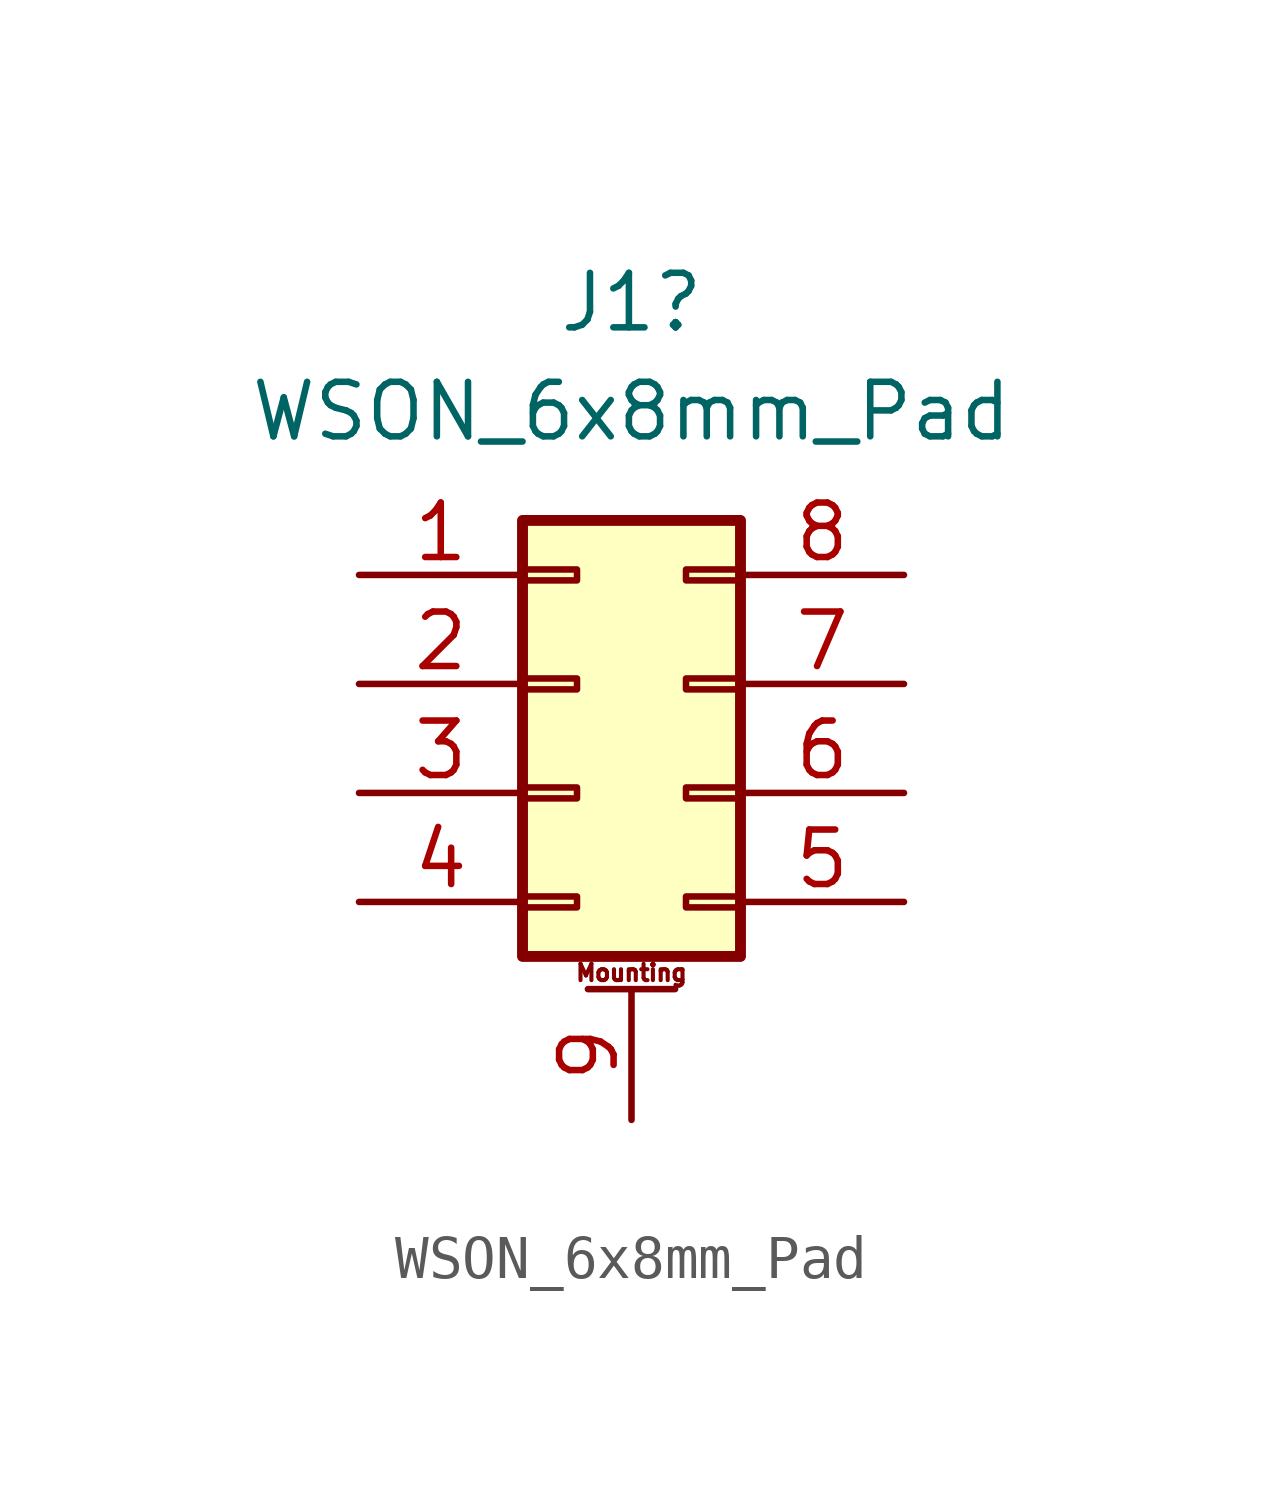
<source format=kicad_sym>
(kicad_symbol_lib
  (version 20211014)
  (generator kicad_symbol_editor)
  (symbol "WSON_6x8mm_Pad"
    (pin_names
      (offset 1.016) hide)
    (property "Reference" "J1"
      (at 1.27 8.89 0)
      (effects (font (size 1.27 1.27))))
    (property "Value" "WSON_6x8mm_Pad"
      (at 1.27 6.35 0)
      (effects (font (size 1.27 1.27))))
    (symbol "WSON_6x8mm_Pad_1_1"
      (rectangle (start -1.27 -4.953) (end 0 -5.207) (stroke (width 0.152) (type default) (color 0 0 0 0)) (fill (type none)))
      (rectangle (start -1.27 -2.413) (end 0 -2.667) (stroke (width 0.152) (type default) (color 0 0 0 0)) (fill (type none)))
      (rectangle (start -1.27 0.127) (end 0 -0.127) (stroke (width 0.152) (type default) (color 0 0 0 0)) (fill (type none)))
      (rectangle (start -1.27 2.667) (end 0 2.413) (stroke (width 0.152) (type default) (color 0 0 0 0)) (fill (type none)))
      (rectangle (start -1.27 3.81) (end 3.81 -6.35) (stroke (width 0.254) (type default) (color 0 0 0 0)) (fill (type background)))
      (polyline (pts (xy 0.254 -7.112) (xy 2.286 -7.112)) (stroke (width 0.152) (type default) (color 0 0 0 0)) (fill (type none)))
      (rectangle (start 3.81 -4.953) (end 2.54 -5.207) (stroke (width 0.152) (type default) (color 0 0 0 0)) (fill (type none)))
      (rectangle (start 3.81 -2.413) (end 2.54 -2.667) (stroke (width 0.152) (type default) (color 0 0 0 0)) (fill (type none)))
      (rectangle (start 3.81 0.127) (end 2.54 -0.127) (stroke (width 0.152) (type default) (color 0 0 0 0)) (fill (type none)))
      (rectangle (start 3.81 2.667) (end 2.54 2.413) (stroke (width 0.152) (type default) (color 0 0 0 0)) (fill (type none)))
      (text "Mounting" (at 1.27 -6.731 0) (effects (font (size 0.381 0.381))))
      (pin passive line (at -5.08 2.54 0) (length 3.81) (name "Pin_1" (effects (font (size 1.27 1.27)))) (number "1" (effects (font (size 1.27 1.27)))))
      (pin passive line (at -5.08 0 0) (length 3.81) (name "Pin_2" (effects (font (size 1.27 1.27)))) (number "2" (effects (font (size 1.27 1.27)))))
      (pin passive line (at -5.08 -2.54 0) (length 3.81) (name "Pin_3" (effects (font (size 1.27 1.27)))) (number "3" (effects (font (size 1.27 1.27)))))
      (pin passive line (at -5.08 -5.08 0) (length 3.81) (name "Pin_4" (effects (font (size 1.27 1.27)))) (number "4" (effects (font (size 1.27 1.27)))))
      (pin passive line (at 7.62 -5.08 180) (length 3.81) (name "Pin_5" (effects (font (size 1.27 1.27)))) (number "5" (effects (font (size 1.27 1.27)))))
      (pin passive line (at 7.62 -2.54 180) (length 3.81) (name "Pin_6" (effects (font (size 1.27 1.27)))) (number "6" (effects (font (size 1.27 1.27)))))
      (pin passive line (at 7.62 0 180) (length 3.81) (name "Pin_7" (effects (font (size 1.27 1.27)))) (number "7" (effects (font (size 1.27 1.27)))))
      (pin passive line (at 7.62 2.54 180) (length 3.81) (name "Pin_8" (effects (font (size 1.27 1.27)))) (number "8" (effects (font (size 1.27 1.27)))))
      (pin passive line (at 1.27 -10.16 90) (length 3.048) (name "EPAD" (effects (font (size 1.27 1.27)))) (number "9" (effects (font (size 1.27 1.27))))))))
</source>
